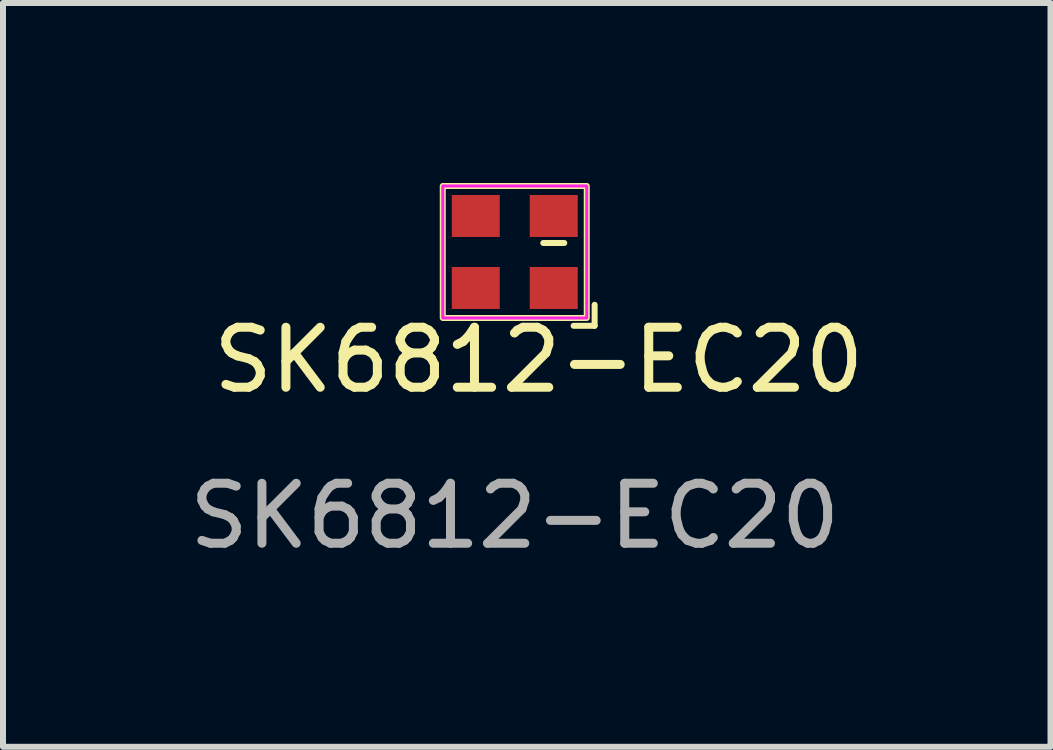
<source format=kicad_pcb>
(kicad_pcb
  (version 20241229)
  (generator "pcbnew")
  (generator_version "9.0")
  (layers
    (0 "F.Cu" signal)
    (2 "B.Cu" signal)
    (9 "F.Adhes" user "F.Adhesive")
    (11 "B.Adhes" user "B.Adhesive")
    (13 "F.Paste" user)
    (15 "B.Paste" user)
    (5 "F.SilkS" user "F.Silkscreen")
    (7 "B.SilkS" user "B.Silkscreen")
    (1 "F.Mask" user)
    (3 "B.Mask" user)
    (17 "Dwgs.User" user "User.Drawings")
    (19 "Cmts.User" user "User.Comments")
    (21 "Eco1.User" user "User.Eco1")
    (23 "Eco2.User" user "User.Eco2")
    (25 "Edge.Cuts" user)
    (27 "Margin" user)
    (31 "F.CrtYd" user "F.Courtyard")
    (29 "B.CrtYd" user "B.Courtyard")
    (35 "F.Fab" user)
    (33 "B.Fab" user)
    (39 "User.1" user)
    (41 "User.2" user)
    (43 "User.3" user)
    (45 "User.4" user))
  (footprint "SK6812-EC20"
    (layer "F.Cu")
    (at 5.53 1.15)
    (property "Reference" "SK6812-EC20" (at 0.4 1.8 0) (unlocked yes) (layer "F.SilkS") (effects (font (size 1 1) (thickness 0.15))))
    (attr smd)
    (fp_line (start 0.475 -0.15) (end 0.825 -0.15) (stroke (width 0.1) (type default)) (layer "F.SilkS"))
    (fp_line (start 1.331 0.88) (end 1.331 1.23) (stroke (width 0.1) (type default)) (layer "F.SilkS"))
    (fp_line (start 1.331 1.23) (end 0.981 1.23) (stroke (width 0.1) (type default)) (layer "F.SilkS"))
    (fp_rect (start -1.2 -1.1) (end 1.2 1.1) (stroke (width 0.1) (type default)) (fill no) (layer "F.SilkS"))
    (fp_rect (start -1.2 -1.1) (end 1.2 1.1) (stroke (width 0.05) (type default)) (fill no) (layer "F.CrtYd"))
    (fp_text user "${REFERENCE}" (at 0 4.4 0) (unlocked yes) (layer "F.Fab") (effects (font (size 1 1) (thickness 0.15))))
    (pad "1" smd rect (at 0.65 0.6) (size 0.8 0.7) (layers "F.Cu" "F.Mask" "F.Paste"))
    (pad "2" smd rect (at 0.65 -0.6) (size 0.8 0.7) (layers "F.Cu" "F.Mask" "F.Paste"))
    (pad "3" smd rect (at -0.65 -0.6) (size 0.8 0.7) (layers "F.Cu" "F.Mask" "F.Paste"))
    (pad "4" smd rect (at -0.65 0.6) (size 0.8 0.7) (layers "F.Cu" "F.Mask" "F.Paste")))
  (gr_rect
    (start -3 -3)
    (end 14.46 9.398)
    (stroke (width 0.1) (type default))
    (fill no)
    (layer "Edge.Cuts")))
</source>
